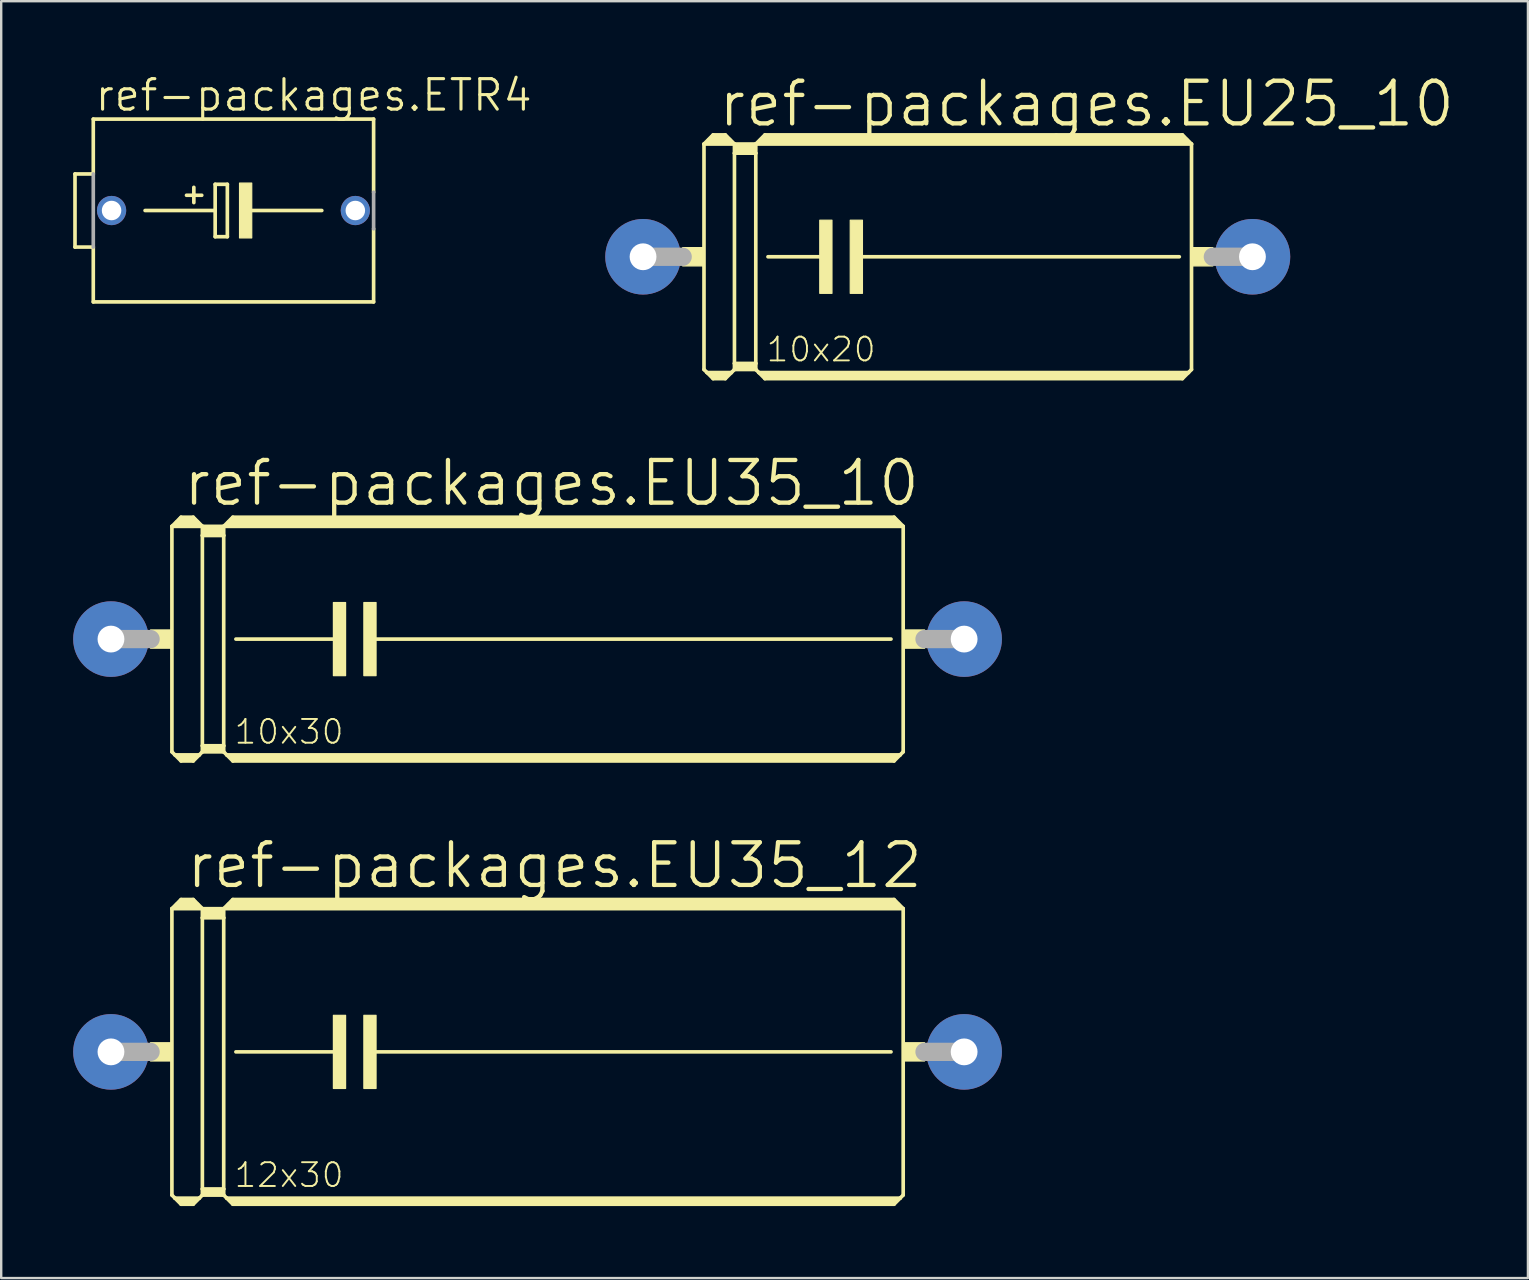
<source format=kicad_pcb>
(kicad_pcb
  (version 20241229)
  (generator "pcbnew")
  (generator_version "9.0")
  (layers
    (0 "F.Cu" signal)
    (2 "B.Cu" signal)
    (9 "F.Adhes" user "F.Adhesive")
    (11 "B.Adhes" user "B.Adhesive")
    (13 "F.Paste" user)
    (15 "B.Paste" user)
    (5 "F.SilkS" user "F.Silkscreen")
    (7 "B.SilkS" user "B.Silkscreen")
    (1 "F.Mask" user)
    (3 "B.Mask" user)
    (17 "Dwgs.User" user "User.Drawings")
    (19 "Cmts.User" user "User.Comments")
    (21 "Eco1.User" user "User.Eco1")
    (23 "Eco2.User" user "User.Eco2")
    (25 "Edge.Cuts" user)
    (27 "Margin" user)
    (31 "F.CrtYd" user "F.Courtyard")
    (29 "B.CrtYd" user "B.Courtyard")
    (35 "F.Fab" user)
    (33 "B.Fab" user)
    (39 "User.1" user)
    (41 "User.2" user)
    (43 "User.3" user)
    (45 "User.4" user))
  (footprint "ref-packages.EU25_10"
    (layer "F.Cu")
    (at 36.452 7.652)
    (property "Reference" "ref-packages.EU25_10" (at -9.652 -5.334 0) (layer "F.SilkS") (effects (font (size 1.778 1.778) (thickness 0.18)) (justify left bottom)))
    (attr through_hole)
    (fp_line (start -10.16 -4.699) (end -10.16 4.699) (stroke (width 0.152) (type default)) (layer "F.SilkS"))
    (fp_line (start -10.16 -4.699) (end -9.779 -5.08) (stroke (width 0.152) (type default)) (layer "F.SilkS"))
    (fp_line (start -10.16 -4.699) (end -8.89 -4.699) (stroke (width 0.152) (type default)) (layer "F.SilkS"))
    (fp_line (start -10.16 4.699) (end -10.033 4.826) (stroke (width 0.152) (type default)) (layer "F.SilkS"))
    (fp_line (start -10.033 4.826) (end -9.779 5.08) (stroke (width 0.152) (type default)) (layer "F.SilkS"))
    (fp_line (start -10.033 4.826) (end -9.017 4.826) (stroke (width 0.152) (type default)) (layer "F.SilkS"))
    (fp_line (start -9.906 -4.826) (end -9.144 -4.826) (stroke (width 0.305) (type default)) (layer "F.SilkS"))
    (fp_line (start -9.779 -5.08) (end -9.271 -5.08) (stroke (width 0.152) (type default)) (layer "F.SilkS"))
    (fp_line (start -9.779 -4.953) (end -9.271 -4.953) (stroke (width 0.305) (type default)) (layer "F.SilkS"))
    (fp_line (start -9.779 4.953) (end -9.271 4.953) (stroke (width 0.254) (type default)) (layer "F.SilkS"))
    (fp_line (start -9.779 5.08) (end -9.271 5.08) (stroke (width 0.152) (type default)) (layer "F.SilkS"))
    (fp_line (start -9.017 4.826) (end -9.271 5.08) (stroke (width 0.152) (type default)) (layer "F.SilkS"))
    (fp_line (start -8.89 -4.699) (end -9.271 -5.08) (stroke (width 0.152) (type default)) (layer "F.SilkS"))
    (fp_line (start -8.89 -4.699) (end -8.89 -4.318) (stroke (width 0.152) (type default)) (layer "F.SilkS"))
    (fp_line (start -8.89 -4.699) (end -8.001 -4.699) (stroke (width 0.152) (type default)) (layer "F.SilkS"))
    (fp_line (start -8.89 -4.318) (end -8.001 -4.318) (stroke (width 0.152) (type default)) (layer "F.SilkS"))
    (fp_line (start -8.89 4.445) (end -8.89 -4.318) (stroke (width 0.152) (type default)) (layer "F.SilkS"))
    (fp_line (start -8.89 4.445) (end -8.001 4.445) (stroke (width 0.152) (type default)) (layer "F.SilkS"))
    (fp_line (start -8.89 4.699) (end -9.017 4.826) (stroke (width 0.152) (type default)) (layer "F.SilkS"))
    (fp_line (start -8.89 4.699) (end -8.89 4.445) (stroke (width 0.152) (type default)) (layer "F.SilkS"))
    (fp_line (start -8.89 4.699) (end -8.001 4.699) (stroke (width 0.152) (type default)) (layer "F.SilkS"))
    (fp_line (start -8.763 -4.572) (end -8.128 -4.572) (stroke (width 0.305) (type default)) (layer "F.SilkS"))
    (fp_line (start -8.763 -4.445) (end -8.128 -4.445) (stroke (width 0.305) (type default)) (layer "F.SilkS"))
    (fp_line (start -8.763 4.572) (end -8.128 4.572) (stroke (width 0.254) (type default)) (layer "F.SilkS"))
    (fp_line (start -8.001 -4.699) (end -8.001 -4.318) (stroke (width 0.152) (type default)) (layer "F.SilkS"))
    (fp_line (start -8.001 -4.699) (end 10.16 -4.699) (stroke (width 0.152) (type default)) (layer "F.SilkS"))
    (fp_line (start -8.001 -4.318) (end -8.001 4.445) (stroke (width 0.152) (type default)) (layer "F.SilkS"))
    (fp_line (start -8.001 4.445) (end -8.001 4.699) (stroke (width 0.152) (type default)) (layer "F.SilkS"))
    (fp_line (start -7.874 4.826) (end -8.001 4.699) (stroke (width 0.152) (type default)) (layer "F.SilkS"))
    (fp_line (start -7.874 4.826) (end 10.033 4.826) (stroke (width 0.152) (type default)) (layer "F.SilkS"))
    (fp_line (start -7.747 -4.826) (end 9.906 -4.826) (stroke (width 0.305) (type default)) (layer "F.SilkS"))
    (fp_line (start -7.62 -5.08) (end -8.001 -4.699) (stroke (width 0.152) (type default)) (layer "F.SilkS"))
    (fp_line (start -7.62 -5.08) (end 9.779 -5.08) (stroke (width 0.152) (type default)) (layer "F.SilkS"))
    (fp_line (start -7.62 -4.953) (end 9.779 -4.953) (stroke (width 0.305) (type default)) (layer "F.SilkS"))
    (fp_line (start -7.62 4.953) (end 9.779 4.953) (stroke (width 0.254) (type default)) (layer "F.SilkS"))
    (fp_line (start -7.62 5.08) (end -7.874 4.826) (stroke (width 0.152) (type default)) (layer "F.SilkS"))
    (fp_line (start -7.62 5.08) (end 9.779 5.08) (stroke (width 0.152) (type default)) (layer "F.SilkS"))
    (fp_line (start -7.493 0) (end -5.08 0) (stroke (width 0.152) (type default)) (layer "F.SilkS"))
    (fp_line (start -3.683 0) (end 9.652 0) (stroke (width 0.152) (type default)) (layer "F.SilkS"))
    (fp_line (start 9.779 -5.08) (end 10.16 -4.699) (stroke (width 0.152) (type default)) (layer "F.SilkS"))
    (fp_line (start 9.779 5.08) (end 10.033 4.826) (stroke (width 0.152) (type default)) (layer "F.SilkS"))
    (fp_line (start 10.033 4.826) (end 10.16 4.699) (stroke (width 0.152) (type default)) (layer "F.SilkS"))
    (fp_line (start 10.16 -4.699) (end 10.16 4.699) (stroke (width 0.152) (type default)) (layer "F.SilkS"))
    (fp_rect (start -11.049 0.381) (end -10.16 -0.381) (stroke (width 0.05) (type default)) (fill yes) (layer "F.SilkS"))
    (fp_rect (start -5.334 1.524) (end -4.826 -1.524) (stroke (width 0.05) (type default)) (fill yes) (layer "F.SilkS"))
    (fp_rect (start -4.064 1.524) (end -3.556 -1.524) (stroke (width 0.05) (type default)) (fill yes) (layer "F.SilkS"))
    (fp_rect (start 10.16 0.381) (end 11.049 -0.381) (stroke (width 0.05) (type default)) (fill yes) (layer "F.SilkS"))
    (fp_line (start -12.7 0) (end -11.049 0) (stroke (width 0.762) (type default)) (layer "F.Fab"))
    (fp_line (start 12.7 0) (end 11.049 0) (stroke (width 0.762) (type default)) (layer "F.Fab"))
    (fp_text user "10x20" (at -7.62 4.445 0) (layer "F.SilkS") (effects (font (size 0.991 0.991) (thickness 0.08)) (justify left bottom)))
    (pad "1" thru_hole circle (at -12.7 0) (size 3.15 3.15) (drill 1.118) (layers "*.Cu" "*.Mask"))
    (pad "2" thru_hole circle (at 12.7 0) (size 3.15 3.15) (drill 1.118) (layers "*.Cu" "*.Mask")))
  (footprint "ref-packages.ETR4"
    (layer "F.Cu")
    (at 6.68 5.724)
    (property "Reference" "ref-packages.ETR4" (at -5.842 -4.064 0) (layer "F.SilkS") (effects (font (size 1.27 1.27) (thickness 0.13)) (justify left bottom)))
    (attr through_hole)
    (fp_line (start -6.604 -1.524) (end -6.604 1.524) (stroke (width 0.152) (type default)) (layer "F.SilkS"))
    (fp_line (start -6.604 1.524) (end -5.842 1.524) (stroke (width 0.152) (type default)) (layer "F.SilkS"))
    (fp_line (start -5.842 -1.524) (end -6.604 -1.524) (stroke (width 0.152) (type default)) (layer "F.SilkS"))
    (fp_line (start -5.842 -1.524) (end -5.842 -3.81) (stroke (width 0.152) (type default)) (layer "F.SilkS"))
    (fp_line (start -5.842 3.81) (end -5.842 1.524) (stroke (width 0.152) (type default)) (layer "F.SilkS"))
    (fp_line (start -5.842 3.81) (end 5.842 3.81) (stroke (width 0.152) (type default)) (layer "F.SilkS"))
    (fp_line (start -3.683 0) (end -0.762 0) (stroke (width 0.152) (type default)) (layer "F.SilkS"))
    (fp_line (start -1.651 -0.965) (end -1.651 -0.33) (stroke (width 0.152) (type default)) (layer "F.SilkS"))
    (fp_line (start -1.321 -0.635) (end -1.956 -0.635) (stroke (width 0.152) (type default)) (layer "F.SilkS"))
    (fp_line (start -0.762 -1.092) (end -0.762 0) (stroke (width 0.152) (type default)) (layer "F.SilkS"))
    (fp_line (start -0.762 0) (end -0.762 1.092) (stroke (width 0.152) (type default)) (layer "F.SilkS"))
    (fp_line (start -0.762 1.092) (end -0.254 1.092) (stroke (width 0.152) (type default)) (layer "F.SilkS"))
    (fp_line (start -0.254 -1.092) (end -0.762 -1.092) (stroke (width 0.152) (type default)) (layer "F.SilkS"))
    (fp_line (start -0.254 1.092) (end -0.254 -1.092) (stroke (width 0.152) (type default)) (layer "F.SilkS"))
    (fp_line (start 3.683 0) (end 0.508 0) (stroke (width 0.152) (type default)) (layer "F.SilkS"))
    (fp_line (start 5.842 -3.81) (end -5.842 -3.81) (stroke (width 0.152) (type default)) (layer "F.SilkS"))
    (fp_line (start 5.842 -0.762) (end 5.842 -3.81) (stroke (width 0.152) (type default)) (layer "F.SilkS"))
    (fp_line (start 5.842 3.81) (end 5.842 0.762) (stroke (width 0.152) (type default)) (layer "F.SilkS"))
    (fp_rect (start 0.254 1.143) (end 0.762 -1.143) (stroke (width 0.05) (type default)) (fill yes) (layer "F.SilkS"))
    (fp_line (start -5.842 1.524) (end -5.842 -1.524) (stroke (width 0.152) (type default)) (layer "F.Fab"))
    (fp_line (start 5.842 -0.762) (end 5.842 0.762) (stroke (width 0.152) (type default)) (layer "F.Fab"))
    (pad "+" thru_hole circle (at -5.08 0) (size 1.219 1.219) (drill 0.813) (layers "*.Cu" "*.Mask"))
    (pad "-" thru_hole circle (at 5.08 0) (size 1.219 1.219) (drill 0.813) (layers "*.Cu" "*.Mask")))
  (footprint "ref-packages.EU35_12"
    (layer "F.Cu")
    (at 19.355 40.792)
    (property "Reference" "ref-packages.EU35_12" (at -14.732 -6.731 0) (layer "F.SilkS") (effects (font (size 1.778 1.778) (thickness 0.18)) (justify left bottom)))
    (attr through_hole)
    (fp_line (start -15.24 -5.969) (end -15.24 5.969) (stroke (width 0.152) (type default)) (layer "F.SilkS"))
    (fp_line (start -15.24 -5.969) (end -14.859 -6.35) (stroke (width 0.152) (type default)) (layer "F.SilkS"))
    (fp_line (start -15.24 -5.969) (end -13.97 -5.969) (stroke (width 0.152) (type default)) (layer "F.SilkS"))
    (fp_line (start -15.24 5.969) (end -15.113 6.096) (stroke (width 0.152) (type default)) (layer "F.SilkS"))
    (fp_line (start -15.113 6.096) (end -14.859 6.35) (stroke (width 0.152) (type default)) (layer "F.SilkS"))
    (fp_line (start -15.113 6.096) (end -14.097 6.096) (stroke (width 0.152) (type default)) (layer "F.SilkS"))
    (fp_line (start -14.986 -6.096) (end -14.224 -6.096) (stroke (width 0.305) (type default)) (layer "F.SilkS"))
    (fp_line (start -14.859 -6.35) (end -14.351 -6.35) (stroke (width 0.152) (type default)) (layer "F.SilkS"))
    (fp_line (start -14.859 -6.223) (end -14.351 -6.223) (stroke (width 0.305) (type default)) (layer "F.SilkS"))
    (fp_line (start -14.859 6.223) (end -14.351 6.223) (stroke (width 0.254) (type default)) (layer "F.SilkS"))
    (fp_line (start -14.859 6.35) (end -14.351 6.35) (stroke (width 0.152) (type default)) (layer "F.SilkS"))
    (fp_line (start -14.097 6.096) (end -14.351 6.35) (stroke (width 0.152) (type default)) (layer "F.SilkS"))
    (fp_line (start -13.97 -5.969) (end -14.351 -6.35) (stroke (width 0.152) (type default)) (layer "F.SilkS"))
    (fp_line (start -13.97 -5.969) (end -13.97 -5.588) (stroke (width 0.152) (type default)) (layer "F.SilkS"))
    (fp_line (start -13.97 -5.969) (end -13.081 -5.969) (stroke (width 0.152) (type default)) (layer "F.SilkS"))
    (fp_line (start -13.97 -5.588) (end -13.081 -5.588) (stroke (width 0.152) (type default)) (layer "F.SilkS"))
    (fp_line (start -13.97 5.715) (end -13.97 -5.588) (stroke (width 0.152) (type default)) (layer "F.SilkS"))
    (fp_line (start -13.97 5.715) (end -13.081 5.715) (stroke (width 0.152) (type default)) (layer "F.SilkS"))
    (fp_line (start -13.97 5.969) (end -14.097 6.096) (stroke (width 0.152) (type default)) (layer "F.SilkS"))
    (fp_line (start -13.97 5.969) (end -13.97 5.715) (stroke (width 0.152) (type default)) (layer "F.SilkS"))
    (fp_line (start -13.97 5.969) (end -13.081 5.969) (stroke (width 0.152) (type default)) (layer "F.SilkS"))
    (fp_line (start -13.843 -5.842) (end -13.208 -5.842) (stroke (width 0.305) (type default)) (layer "F.SilkS"))
    (fp_line (start -13.843 -5.715) (end -13.208 -5.715) (stroke (width 0.305) (type default)) (layer "F.SilkS"))
    (fp_line (start -13.843 5.842) (end -13.208 5.842) (stroke (width 0.254) (type default)) (layer "F.SilkS"))
    (fp_line (start -13.081 -5.969) (end -13.081 -5.588) (stroke (width 0.152) (type default)) (layer "F.SilkS"))
    (fp_line (start -13.081 -5.969) (end 15.24 -5.969) (stroke (width 0.152) (type default)) (layer "F.SilkS"))
    (fp_line (start -13.081 -5.588) (end -13.081 5.715) (stroke (width 0.152) (type default)) (layer "F.SilkS"))
    (fp_line (start -13.081 5.715) (end -13.081 5.969) (stroke (width 0.152) (type default)) (layer "F.SilkS"))
    (fp_line (start -12.954 6.096) (end -13.081 5.969) (stroke (width 0.152) (type default)) (layer "F.SilkS"))
    (fp_line (start -12.954 6.096) (end 15.113 6.096) (stroke (width 0.152) (type default)) (layer "F.SilkS"))
    (fp_line (start -12.827 -6.096) (end 14.986 -6.096) (stroke (width 0.305) (type default)) (layer "F.SilkS"))
    (fp_line (start -12.7 -6.35) (end -13.081 -5.969) (stroke (width 0.152) (type default)) (layer "F.SilkS"))
    (fp_line (start -12.7 -6.35) (end 14.859 -6.35) (stroke (width 0.152) (type default)) (layer "F.SilkS"))
    (fp_line (start -12.7 -6.223) (end 14.859 -6.223) (stroke (width 0.305) (type default)) (layer "F.SilkS"))
    (fp_line (start -12.7 6.223) (end 14.859 6.223) (stroke (width 0.254) (type default)) (layer "F.SilkS"))
    (fp_line (start -12.7 6.35) (end -12.954 6.096) (stroke (width 0.152) (type default)) (layer "F.SilkS"))
    (fp_line (start -12.7 6.35) (end 14.859 6.35) (stroke (width 0.152) (type default)) (layer "F.SilkS"))
    (fp_line (start -12.573 0) (end -8.255 0) (stroke (width 0.152) (type default)) (layer "F.SilkS"))
    (fp_line (start -6.858 0) (end 14.732 0) (stroke (width 0.152) (type default)) (layer "F.SilkS"))
    (fp_line (start 14.859 -6.35) (end 15.24 -5.969) (stroke (width 0.152) (type default)) (layer "F.SilkS"))
    (fp_line (start 14.859 6.35) (end 15.113 6.096) (stroke (width 0.152) (type default)) (layer "F.SilkS"))
    (fp_line (start 15.113 6.096) (end 15.24 5.969) (stroke (width 0.152) (type default)) (layer "F.SilkS"))
    (fp_line (start 15.24 -5.969) (end 15.24 5.969) (stroke (width 0.152) (type default)) (layer "F.SilkS"))
    (fp_rect (start -16.129 0.381) (end -15.24 -0.381) (stroke (width 0.05) (type default)) (fill yes) (layer "F.SilkS"))
    (fp_rect (start -8.509 1.524) (end -8.001 -1.524) (stroke (width 0.05) (type default)) (fill yes) (layer "F.SilkS"))
    (fp_rect (start -7.239 1.524) (end -6.731 -1.524) (stroke (width 0.05) (type default)) (fill yes) (layer "F.SilkS"))
    (fp_rect (start 15.24 0.381) (end 16.129 -0.381) (stroke (width 0.05) (type default)) (fill yes) (layer "F.SilkS"))
    (fp_line (start -17.78 0) (end -16.129 0) (stroke (width 0.762) (type default)) (layer "F.Fab"))
    (fp_line (start 17.78 0) (end 16.129 0) (stroke (width 0.762) (type default)) (layer "F.Fab"))
    (fp_text user "12x30" (at -12.7 5.715 0) (layer "F.SilkS") (effects (font (size 0.991 0.991) (thickness 0.08)) (justify left bottom)))
    (pad "1" thru_hole circle (at -17.78 0) (size 3.15 3.15) (drill 1.118) (layers "*.Cu" "*.Mask"))
    (pad "2" thru_hole circle (at 17.78 0) (size 3.15 3.15) (drill 1.118) (layers "*.Cu" "*.Mask")))
  (footprint "ref-packages.EU35_10"
    (layer "F.Cu")
    (at 19.355 23.587)
    (property "Reference" "ref-packages.EU35_10" (at -14.859 -5.461 0) (layer "F.SilkS") (effects (font (size 1.778 1.778) (thickness 0.18)) (justify left bottom)))
    (attr through_hole)
    (fp_line (start -15.24 -4.699) (end -15.24 4.699) (stroke (width 0.152) (type default)) (layer "F.SilkS"))
    (fp_line (start -15.24 -4.699) (end -14.859 -5.08) (stroke (width 0.152) (type default)) (layer "F.SilkS"))
    (fp_line (start -15.24 -4.699) (end -13.97 -4.699) (stroke (width 0.152) (type default)) (layer "F.SilkS"))
    (fp_line (start -15.24 4.699) (end -15.113 4.826) (stroke (width 0.152) (type default)) (layer "F.SilkS"))
    (fp_line (start -15.113 4.826) (end -14.859 5.08) (stroke (width 0.152) (type default)) (layer "F.SilkS"))
    (fp_line (start -15.113 4.826) (end -14.097 4.826) (stroke (width 0.152) (type default)) (layer "F.SilkS"))
    (fp_line (start -14.986 -4.826) (end -14.224 -4.826) (stroke (width 0.305) (type default)) (layer "F.SilkS"))
    (fp_line (start -14.859 -5.08) (end -14.351 -5.08) (stroke (width 0.152) (type default)) (layer "F.SilkS"))
    (fp_line (start -14.859 -4.953) (end -14.351 -4.953) (stroke (width 0.305) (type default)) (layer "F.SilkS"))
    (fp_line (start -14.859 4.953) (end -14.351 4.953) (stroke (width 0.254) (type default)) (layer "F.SilkS"))
    (fp_line (start -14.859 5.08) (end -14.351 5.08) (stroke (width 0.152) (type default)) (layer "F.SilkS"))
    (fp_line (start -14.097 4.826) (end -14.351 5.08) (stroke (width 0.152) (type default)) (layer "F.SilkS"))
    (fp_line (start -13.97 -4.699) (end -14.351 -5.08) (stroke (width 0.152) (type default)) (layer "F.SilkS"))
    (fp_line (start -13.97 -4.699) (end -13.97 -4.318) (stroke (width 0.152) (type default)) (layer "F.SilkS"))
    (fp_line (start -13.97 -4.699) (end -13.081 -4.699) (stroke (width 0.152) (type default)) (layer "F.SilkS"))
    (fp_line (start -13.97 -4.318) (end -13.081 -4.318) (stroke (width 0.152) (type default)) (layer "F.SilkS"))
    (fp_line (start -13.97 4.445) (end -13.97 -4.318) (stroke (width 0.152) (type default)) (layer "F.SilkS"))
    (fp_line (start -13.97 4.445) (end -13.081 4.445) (stroke (width 0.152) (type default)) (layer "F.SilkS"))
    (fp_line (start -13.97 4.699) (end -14.097 4.826) (stroke (width 0.152) (type default)) (layer "F.SilkS"))
    (fp_line (start -13.97 4.699) (end -13.97 4.445) (stroke (width 0.152) (type default)) (layer "F.SilkS"))
    (fp_line (start -13.97 4.699) (end -13.081 4.699) (stroke (width 0.152) (type default)) (layer "F.SilkS"))
    (fp_line (start -13.843 -4.572) (end -13.208 -4.572) (stroke (width 0.305) (type default)) (layer "F.SilkS"))
    (fp_line (start -13.843 -4.445) (end -13.208 -4.445) (stroke (width 0.305) (type default)) (layer "F.SilkS"))
    (fp_line (start -13.843 4.572) (end -13.208 4.572) (stroke (width 0.254) (type default)) (layer "F.SilkS"))
    (fp_line (start -13.081 -4.699) (end -13.081 -4.318) (stroke (width 0.152) (type default)) (layer "F.SilkS"))
    (fp_line (start -13.081 -4.699) (end 15.24 -4.699) (stroke (width 0.152) (type default)) (layer "F.SilkS"))
    (fp_line (start -13.081 -4.318) (end -13.081 4.445) (stroke (width 0.152) (type default)) (layer "F.SilkS"))
    (fp_line (start -13.081 4.445) (end -13.081 4.699) (stroke (width 0.152) (type default)) (layer "F.SilkS"))
    (fp_line (start -12.954 4.826) (end -13.081 4.699) (stroke (width 0.152) (type default)) (layer "F.SilkS"))
    (fp_line (start -12.954 4.826) (end 15.113 4.826) (stroke (width 0.152) (type default)) (layer "F.SilkS"))
    (fp_line (start -12.827 -4.826) (end 14.986 -4.826) (stroke (width 0.305) (type default)) (layer "F.SilkS"))
    (fp_line (start -12.7 -5.08) (end -13.081 -4.699) (stroke (width 0.152) (type default)) (layer "F.SilkS"))
    (fp_line (start -12.7 -5.08) (end 14.859 -5.08) (stroke (width 0.152) (type default)) (layer "F.SilkS"))
    (fp_line (start -12.7 -4.953) (end 14.859 -4.953) (stroke (width 0.305) (type default)) (layer "F.SilkS"))
    (fp_line (start -12.7 4.953) (end 14.859 4.953) (stroke (width 0.254) (type default)) (layer "F.SilkS"))
    (fp_line (start -12.7 5.08) (end -12.954 4.826) (stroke (width 0.152) (type default)) (layer "F.SilkS"))
    (fp_line (start -12.7 5.08) (end 14.859 5.08) (stroke (width 0.152) (type default)) (layer "F.SilkS"))
    (fp_line (start -12.573 0) (end -8.255 0) (stroke (width 0.152) (type default)) (layer "F.SilkS"))
    (fp_line (start -6.858 0) (end 14.732 0) (stroke (width 0.152) (type default)) (layer "F.SilkS"))
    (fp_line (start 14.859 -5.08) (end 15.24 -4.699) (stroke (width 0.152) (type default)) (layer "F.SilkS"))
    (fp_line (start 14.859 5.08) (end 15.113 4.826) (stroke (width 0.152) (type default)) (layer "F.SilkS"))
    (fp_line (start 15.113 4.826) (end 15.24 4.699) (stroke (width 0.152) (type default)) (layer "F.SilkS"))
    (fp_line (start 15.24 -4.699) (end 15.24 4.699) (stroke (width 0.152) (type default)) (layer "F.SilkS"))
    (fp_rect (start -16.129 0.381) (end -15.24 -0.381) (stroke (width 0.05) (type default)) (fill yes) (layer "F.SilkS"))
    (fp_rect (start -8.509 1.524) (end -8.001 -1.524) (stroke (width 0.05) (type default)) (fill yes) (layer "F.SilkS"))
    (fp_rect (start -7.239 1.524) (end -6.731 -1.524) (stroke (width 0.05) (type default)) (fill yes) (layer "F.SilkS"))
    (fp_rect (start 15.24 0.381) (end 16.129 -0.381) (stroke (width 0.05) (type default)) (fill yes) (layer "F.SilkS"))
    (fp_line (start -17.78 0) (end -16.129 0) (stroke (width 0.762) (type default)) (layer "F.Fab"))
    (fp_line (start 17.78 0) (end 16.129 0) (stroke (width 0.762) (type default)) (layer "F.Fab"))
    (fp_text user "10x30" (at -12.7 4.445 0) (layer "F.SilkS") (effects (font (size 0.991 0.991) (thickness 0.08)) (justify left bottom)))
    (pad "1" thru_hole circle (at -17.78 0) (size 3.15 3.15) (drill 1.118) (layers "*.Cu" "*.Mask"))
    (pad "2" thru_hole circle (at 17.78 0) (size 3.15 3.15) (drill 1.118) (layers "*.Cu" "*.Mask")))
  (gr_rect
    (start -3 -3)
    (end 60.634 50.219)
    (stroke (width 0.1) (type default))
    (fill no)
    (layer "Edge.Cuts")))
</source>
